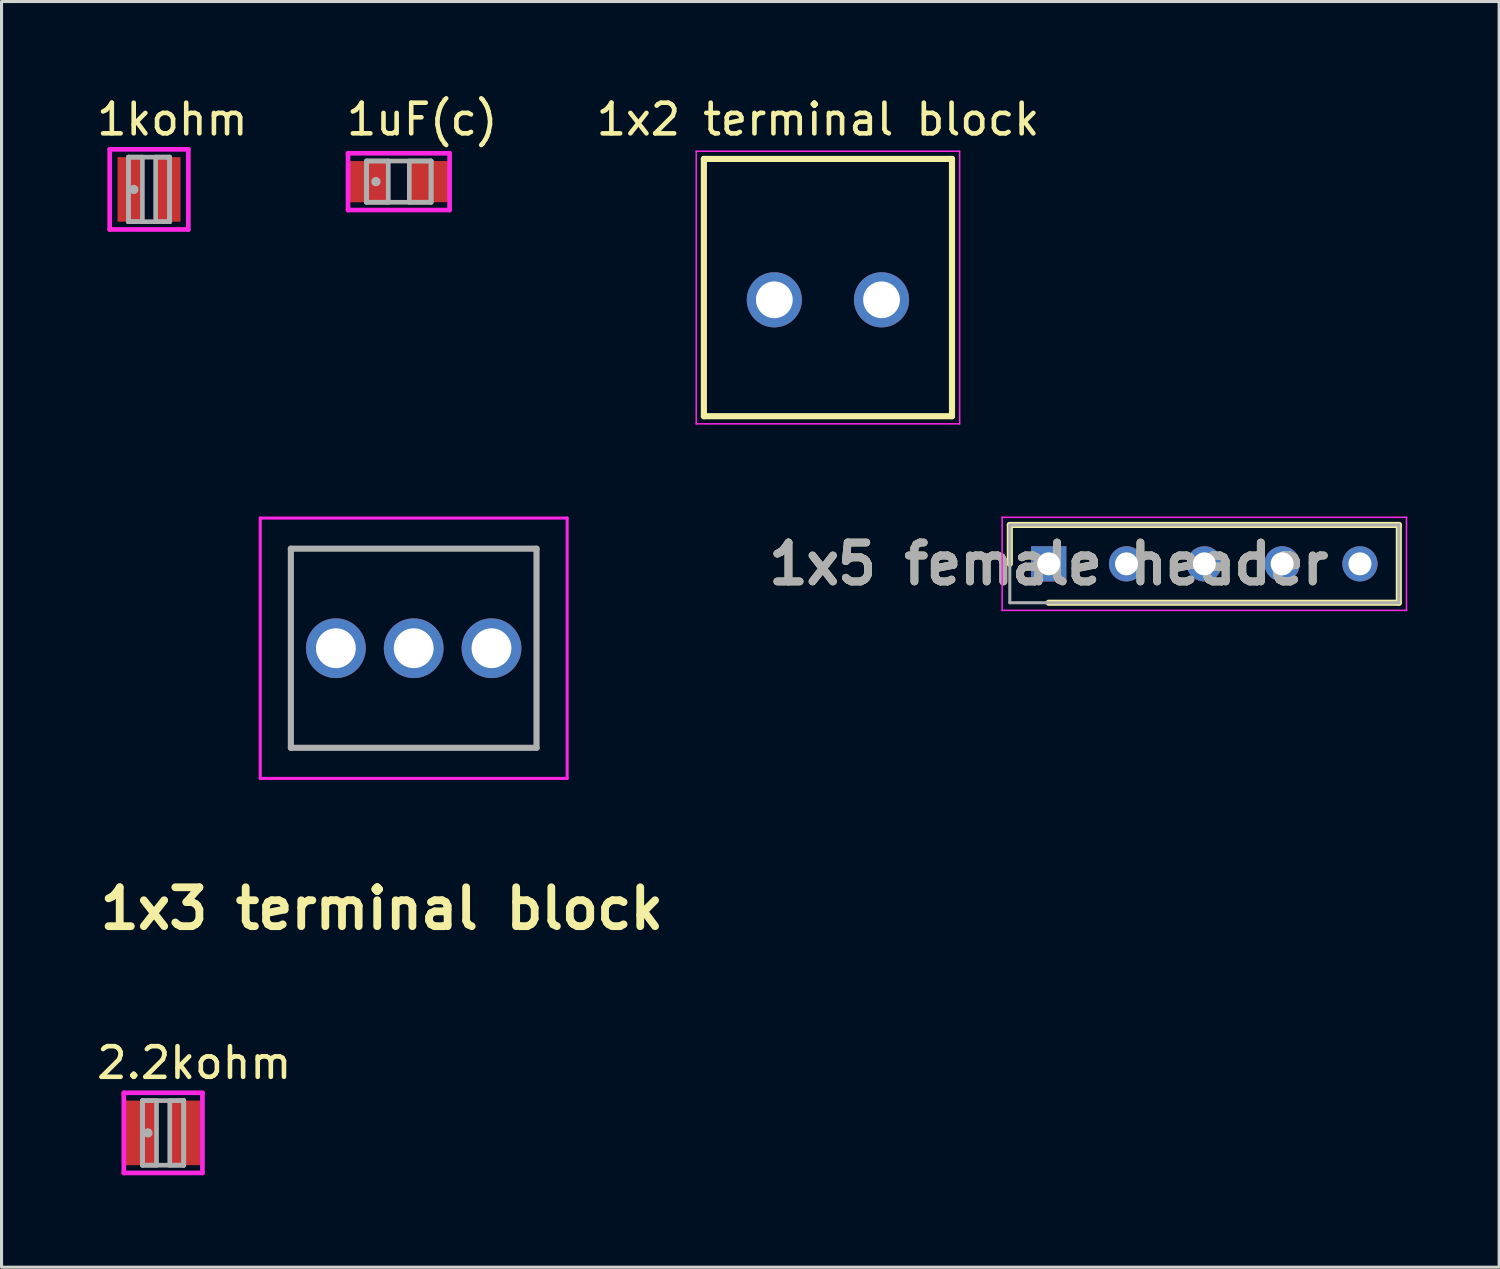
<source format=kicad_pcb>
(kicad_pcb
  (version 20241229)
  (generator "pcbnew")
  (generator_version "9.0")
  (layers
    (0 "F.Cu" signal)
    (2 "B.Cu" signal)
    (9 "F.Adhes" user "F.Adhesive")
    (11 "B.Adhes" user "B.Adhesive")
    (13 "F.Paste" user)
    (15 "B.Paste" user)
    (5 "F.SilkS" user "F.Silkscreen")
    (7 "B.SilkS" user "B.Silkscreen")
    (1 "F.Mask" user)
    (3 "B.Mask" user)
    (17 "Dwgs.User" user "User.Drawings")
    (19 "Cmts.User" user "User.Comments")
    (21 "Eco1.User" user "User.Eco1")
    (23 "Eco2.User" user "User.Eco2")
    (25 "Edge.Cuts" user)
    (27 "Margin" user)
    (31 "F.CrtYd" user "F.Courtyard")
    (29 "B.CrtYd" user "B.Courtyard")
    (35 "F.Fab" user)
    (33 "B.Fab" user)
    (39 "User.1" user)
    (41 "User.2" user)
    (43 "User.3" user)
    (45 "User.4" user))
  (footprint "1uF(c)"
    (layer "F.Cu")
    (at 9.97 2.88)
    (property "Reference" "1uF(c)" (at 0.762 -2.032 0) (layer "F.SilkS") (effects (font (size 1 1) (thickness 0.15))))
    (attr through_hole)
    (fp_line (start -1.658 -0.927) (end 1.658 -0.927) (stroke (width 0.152) (type solid)) (layer "F.CrtYd"))
    (fp_line (start -1.658 0.927) (end -1.658 -0.927) (stroke (width 0.152) (type solid)) (layer "F.CrtYd"))
    (fp_line (start 1.658 -0.927) (end 1.658 0.927) (stroke (width 0.152) (type solid)) (layer "F.CrtYd"))
    (fp_line (start 1.658 0.927) (end -1.658 0.927) (stroke (width 0.152) (type solid)) (layer "F.CrtYd"))
    (fp_line (start -1.054 -0.673) (end -1.054 0.673) (stroke (width 0.152) (type solid)) (layer "F.Fab"))
    (fp_line (start -1.054 -0.673) (end -1.054 0.673) (stroke (width 0.152) (type solid)) (layer "F.Fab"))
    (fp_line (start -1.054 0.673) (end -0.343 0.673) (stroke (width 0.152) (type solid)) (layer "F.Fab"))
    (fp_line (start -1.054 0.673) (end 1.054 0.673) (stroke (width 0.152) (type solid)) (layer "F.Fab"))
    (fp_line (start -0.343 -0.673) (end -1.054 -0.673) (stroke (width 0.152) (type solid)) (layer "F.Fab"))
    (fp_line (start -0.343 0.673) (end -0.343 -0.673) (stroke (width 0.152) (type solid)) (layer "F.Fab"))
    (fp_line (start 0.343 -0.673) (end 0.343 0.673) (stroke (width 0.152) (type solid)) (layer "F.Fab"))
    (fp_line (start 0.343 0.673) (end 1.054 0.673) (stroke (width 0.152) (type solid)) (layer "F.Fab"))
    (fp_line (start 1.054 -0.673) (end -1.054 -0.673) (stroke (width 0.152) (type solid)) (layer "F.Fab"))
    (fp_line (start 1.054 -0.673) (end 0.343 -0.673) (stroke (width 0.152) (type solid)) (layer "F.Fab"))
    (fp_line (start 1.054 0.673) (end 1.054 -0.673) (stroke (width 0.152) (type solid)) (layer "F.Fab"))
    (fp_line (start 1.054 0.673) (end 1.054 -0.673) (stroke (width 0.152) (type solid)) (layer "F.Fab"))
    (fp_circle (center -0.747 0) (end -0.67 0) (stroke (width 0.152) (type solid)) (fill no) (layer "F.Fab"))
    (pad "1" smd rect (at -1.016 0) (size 1.346 1.346) (layers "F.Cu" "F.Mask" "F.Paste"))
    (pad "2" smd rect (at 1.016 0) (size 1.346 1.346) (layers "F.Cu" "F.Mask" "F.Paste")))
  (footprint "1x3 terminal block"
    (layer "F.Cu")
    (at 7.916 18.113)
    (property "Reference" "1x3 terminal block" (at 1.5 8.5 0) (layer "F.SilkS") (effects (font (size 1.27 1.27) (thickness 0.254))))
    (attr through_hole)
    (fp_line (start -1.47 -3.25) (end 6.55 -3.25) (stroke (width 0.1) (type solid)) (layer "F.SilkS"))
    (fp_line (start -1.47 3.25) (end -1.47 -3.25) (stroke (width 0.1) (type solid)) (layer "F.SilkS"))
    (fp_line (start 6.55 -3.25) (end 6.55 3.25) (stroke (width 0.1) (type solid)) (layer "F.SilkS"))
    (fp_line (start 6.55 3.25) (end -1.47 3.25) (stroke (width 0.1) (type solid)) (layer "F.SilkS"))
    (fp_line (start -2.47 -4.25) (end 7.55 -4.25) (stroke (width 0.1) (type solid)) (layer "F.CrtYd"))
    (fp_line (start -2.47 4.25) (end -2.47 -4.25) (stroke (width 0.1) (type solid)) (layer "F.CrtYd"))
    (fp_line (start 7.55 -4.25) (end 7.55 4.25) (stroke (width 0.1) (type solid)) (layer "F.CrtYd"))
    (fp_line (start 7.55 4.25) (end -2.47 4.25) (stroke (width 0.1) (type solid)) (layer "F.CrtYd"))
    (fp_line (start -1.47 -3.25) (end 6.55 -3.25) (stroke (width 0.2) (type solid)) (layer "F.Fab"))
    (fp_line (start -1.47 3.25) (end -1.47 -3.25) (stroke (width 0.2) (type solid)) (layer "F.Fab"))
    (fp_line (start 6.55 -3.25) (end 6.55 3.25) (stroke (width 0.2) (type solid)) (layer "F.Fab"))
    (fp_line (start 6.55 3.25) (end -1.47 3.25) (stroke (width 0.2) (type solid)) (layer "F.Fab"))
    (pad "1" thru_hole circle (at 0 0) (size 1.95 1.95) (drill 1.3) (layers "*.Cu" "*.Mask"))
    (pad "2" thru_hole circle (at 2.54 0) (size 1.95 1.95) (drill 1.3) (layers "*.Cu" "*.Mask"))
    (pad "3" thru_hole circle (at 5.08 0) (size 1.95 1.95) (drill 1.3) (layers "*.Cu" "*.Mask")))
  (footprint "1kohm"
    (layer "F.Cu")
    (at 1.815 3.134)
    (property "Reference" "1kohm" (at 0.762 -2.286 0) (layer "F.SilkS") (effects (font (size 1 1) (thickness 0.15))))
    (attr through_hole)
    (fp_line (start -1.283 -1.308) (end 1.283 -1.308) (stroke (width 0.152) (type solid)) (layer "F.CrtYd"))
    (fp_line (start -1.283 1.308) (end -1.283 -1.308) (stroke (width 0.152) (type solid)) (layer "F.CrtYd"))
    (fp_line (start 1.283 -1.308) (end 1.283 1.308) (stroke (width 0.152) (type solid)) (layer "F.CrtYd"))
    (fp_line (start 1.283 1.308) (end -1.283 1.308) (stroke (width 0.152) (type solid)) (layer "F.CrtYd"))
    (fp_line (start -0.673 -1.054) (end -0.673 1.054) (stroke (width 0.152) (type solid)) (layer "F.Fab"))
    (fp_line (start -0.673 -1.054) (end -0.673 1.054) (stroke (width 0.152) (type solid)) (layer "F.Fab"))
    (fp_line (start -0.673 1.054) (end -0.216 1.054) (stroke (width 0.152) (type solid)) (layer "F.Fab"))
    (fp_line (start -0.673 1.054) (end 0.673 1.054) (stroke (width 0.152) (type solid)) (layer "F.Fab"))
    (fp_line (start -0.216 -1.054) (end -0.673 -1.054) (stroke (width 0.152) (type solid)) (layer "F.Fab"))
    (fp_line (start -0.216 1.054) (end -0.216 -1.054) (stroke (width 0.152) (type solid)) (layer "F.Fab"))
    (fp_line (start 0.216 -1.054) (end 0.216 1.054) (stroke (width 0.152) (type solid)) (layer "F.Fab"))
    (fp_line (start 0.216 1.054) (end 0.673 1.054) (stroke (width 0.152) (type solid)) (layer "F.Fab"))
    (fp_line (start 0.673 -1.054) (end -0.673 -1.054) (stroke (width 0.152) (type solid)) (layer "F.Fab"))
    (fp_line (start 0.673 -1.054) (end 0.216 -1.054) (stroke (width 0.152) (type solid)) (layer "F.Fab"))
    (fp_line (start 0.673 1.054) (end 0.673 -1.054) (stroke (width 0.152) (type solid)) (layer "F.Fab"))
    (fp_line (start 0.673 1.054) (end 0.673 -1.054) (stroke (width 0.152) (type solid)) (layer "F.Fab"))
    (fp_circle (center -0.495 0) (end -0.419 0) (stroke (width 0.152) (type solid)) (fill no) (layer "F.Fab"))
    (pad "1" smd rect (at -0.622 0) (size 0.813 2.108) (layers "F.Cu" "F.Mask" "F.Paste"))
    (pad "2" smd rect (at 0.622 0) (size 0.813 2.108) (layers "F.Cu" "F.Mask" "F.Paste")))
  (footprint "1x2 terminal block"
    (layer "F.Cu")
    (at 23.98 6.338)
    (property "Reference" "1x2 terminal block" (at -0.325 -5.49 0) (layer "F.SilkS") (effects (font (size 1.001 1.001) (thickness 0.15))))
    (attr through_hole)
    (fp_line (start -4.05 -4.2) (end -4.05 4.2) (stroke (width 0.2) (type solid)) (layer "F.SilkS"))
    (fp_line (start -4.05 4.2) (end 4.05 4.2) (stroke (width 0.2) (type solid)) (layer "F.SilkS"))
    (fp_line (start 4.05 -4.2) (end -4.05 -4.2) (stroke (width 0.2) (type solid)) (layer "F.SilkS"))
    (fp_line (start 4.05 4.2) (end 4.05 -4.2) (stroke (width 0.2) (type solid)) (layer "F.SilkS"))
    (fp_line (start -4.3 -4.45) (end 4.3 -4.45) (stroke (width 0.05) (type solid)) (layer "F.CrtYd"))
    (fp_line (start -4.3 4.45) (end -4.3 -4.45) (stroke (width 0.05) (type solid)) (layer "F.CrtYd"))
    (fp_line (start 4.3 -4.45) (end 4.3 4.45) (stroke (width 0.05) (type solid)) (layer "F.CrtYd"))
    (fp_line (start 4.3 4.45) (end -4.3 4.45) (stroke (width 0.05) (type solid)) (layer "F.CrtYd"))
    (pad "1" thru_hole circle (at -1.75 0.4) (size 1.8 1.8) (drill 1.2) (layers "*.Cu" "*.Mask"))
    (pad "2" thru_hole circle (at 1.75 0.4) (size 1.8 1.8) (drill 1.2) (layers "*.Cu" "*.Mask")))
  (footprint "1x5 female header"
    (layer "F.Cu")
    (at 31.188 15.358)
    (property "Reference" "1x5 female header" (at 0 0 0) (layer "F.SilkS") (effects (font (size 1.27 1.27) (thickness 0.254))))
    (attr through_hole)
    (fp_line (start -1.27 -1.27) (end -1.27 0) (stroke (width 0.2) (type solid)) (layer "F.SilkS"))
    (fp_line (start 0 1.27) (end 11.43 1.27) (stroke (width 0.2) (type solid)) (layer "F.SilkS"))
    (fp_line (start 11.43 -1.27) (end -1.27 -1.27) (stroke (width 0.2) (type solid)) (layer "F.SilkS"))
    (fp_line (start 11.43 1.27) (end 11.43 -1.27) (stroke (width 0.2) (type solid)) (layer "F.SilkS"))
    (fp_line (start -1.52 -1.52) (end 11.68 -1.52) (stroke (width 0.05) (type solid)) (layer "F.CrtYd"))
    (fp_line (start -1.52 1.52) (end -1.52 -1.52) (stroke (width 0.05) (type solid)) (layer "F.CrtYd"))
    (fp_line (start 11.68 -1.52) (end 11.68 1.52) (stroke (width 0.05) (type solid)) (layer "F.CrtYd"))
    (fp_line (start 11.68 1.52) (end -1.52 1.52) (stroke (width 0.05) (type solid)) (layer "F.CrtYd"))
    (fp_line (start -1.27 -1.27) (end 11.43 -1.27) (stroke (width 0.1) (type solid)) (layer "F.Fab"))
    (fp_line (start -1.27 1.27) (end -1.27 -1.27) (stroke (width 0.1) (type solid)) (layer "F.Fab"))
    (fp_line (start 11.43 -1.27) (end 11.43 1.27) (stroke (width 0.1) (type solid)) (layer "F.Fab"))
    (fp_line (start 11.43 1.27) (end -1.27 1.27) (stroke (width 0.1) (type solid)) (layer "F.Fab"))
    (fp_text user "${REFERENCE}" (at 0 0 0) (layer "F.Fab") (effects (font (size 1.27 1.27) (thickness 0.254))))
    (pad "1" thru_hole rect (at 0 0) (size 1.15 1.15) (drill 0.75) (layers "*.Cu" "*.Mask"))
    (pad "2" thru_hole circle (at 2.54 0) (size 1.15 1.15) (drill 0.75) (layers "*.Cu" "*.Mask"))
    (pad "3" thru_hole circle (at 5.08 0) (size 1.15 1.15) (drill 0.75) (layers "*.Cu" "*.Mask"))
    (pad "4" thru_hole circle (at 7.62 0) (size 1.15 1.15) (drill 0.75) (layers "*.Cu" "*.Mask"))
    (pad "5" thru_hole circle (at 10.16 0) (size 1.15 1.15) (drill 0.75) (layers "*.Cu" "*.Mask")))
  (footprint "2.2kohm"
    (layer "F.Cu")
    (at 2.276 33.936)
    (property "Reference" "2.2kohm" (at 1.016 -2.286 0) (layer "F.SilkS") (effects (font (size 1 1) (thickness 0.15))))
    (attr through_hole)
    (fp_line (start -1.283 -1.308) (end 1.283 -1.308) (stroke (width 0.152) (type solid)) (layer "F.CrtYd"))
    (fp_line (start -1.283 1.308) (end -1.283 -1.308) (stroke (width 0.152) (type solid)) (layer "F.CrtYd"))
    (fp_line (start 1.283 -1.308) (end 1.283 1.308) (stroke (width 0.152) (type solid)) (layer "F.CrtYd"))
    (fp_line (start 1.283 1.308) (end -1.283 1.308) (stroke (width 0.152) (type solid)) (layer "F.CrtYd"))
    (fp_line (start -0.673 -1.054) (end -0.673 1.054) (stroke (width 0.152) (type solid)) (layer "F.Fab"))
    (fp_line (start -0.673 -1.054) (end -0.673 1.054) (stroke (width 0.152) (type solid)) (layer "F.Fab"))
    (fp_line (start -0.673 1.054) (end -0.216 1.054) (stroke (width 0.152) (type solid)) (layer "F.Fab"))
    (fp_line (start -0.673 1.054) (end 0.673 1.054) (stroke (width 0.152) (type solid)) (layer "F.Fab"))
    (fp_line (start -0.216 -1.054) (end -0.673 -1.054) (stroke (width 0.152) (type solid)) (layer "F.Fab"))
    (fp_line (start -0.216 1.054) (end -0.216 -1.054) (stroke (width 0.152) (type solid)) (layer "F.Fab"))
    (fp_line (start 0.216 -1.054) (end 0.216 1.054) (stroke (width 0.152) (type solid)) (layer "F.Fab"))
    (fp_line (start 0.216 1.054) (end 0.673 1.054) (stroke (width 0.152) (type solid)) (layer "F.Fab"))
    (fp_line (start 0.673 -1.054) (end -0.673 -1.054) (stroke (width 0.152) (type solid)) (layer "F.Fab"))
    (fp_line (start 0.673 -1.054) (end 0.216 -1.054) (stroke (width 0.152) (type solid)) (layer "F.Fab"))
    (fp_line (start 0.673 1.054) (end 0.673 -1.054) (stroke (width 0.152) (type solid)) (layer "F.Fab"))
    (fp_line (start 0.673 1.054) (end 0.673 -1.054) (stroke (width 0.152) (type solid)) (layer "F.Fab"))
    (fp_circle (center -0.495 0) (end -0.419 0) (stroke (width 0.152) (type solid)) (fill no) (layer "F.Fab"))
    (pad "1" smd rect (at -0.716 0) (size 1 2.108) (layers "F.Cu" "F.Mask" "F.Paste"))
    (pad "2" smd rect (at 0.716 0) (size 1 2.108) (layers "F.Cu" "F.Mask" "F.Paste")))
  (gr_rect
    (start -3 -3)
    (end 45.893 38.321)
    (stroke (width 0.1) (type default))
    (fill no)
    (layer "Edge.Cuts")))
</source>
